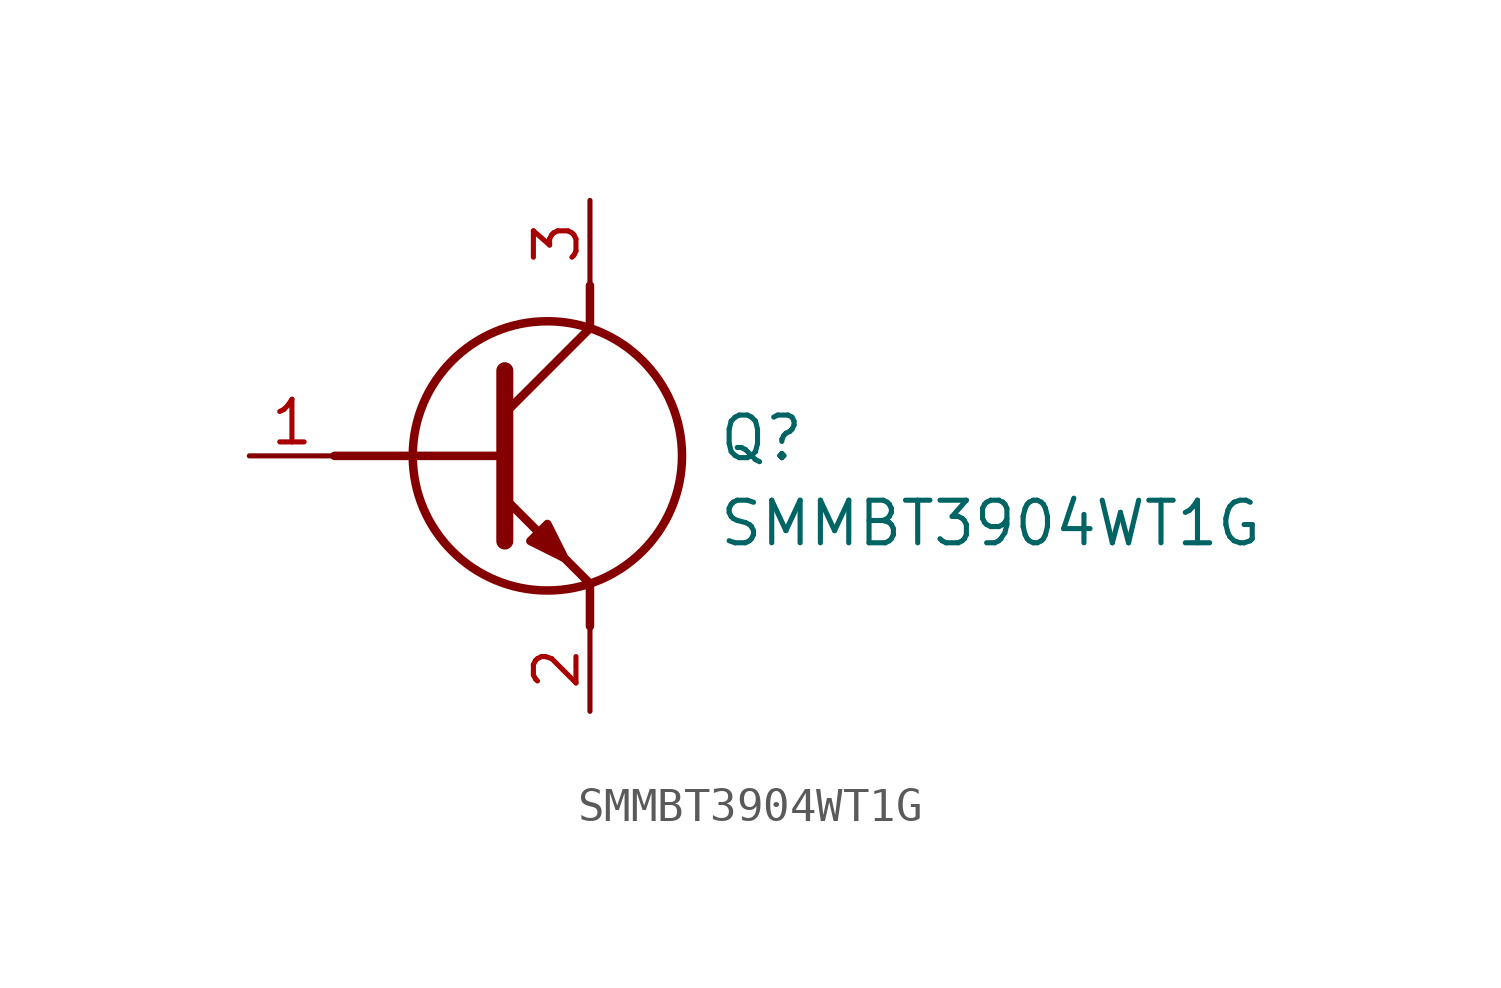
<source format=kicad_sym>
(kicad_symbol_lib
  (version 20211014)
  (generator SamacSys_ECAD_Model)
  (symbol "SMMBT3904WT1G"
    (pin_names hide)
    (property "Reference" "Q"
      (at 13.97 1.27 0)
      (effects (font (size 1.27 1.27)) (justify left top)))
    (property "Value" "SMMBT3904WT1G"
      (at 13.97 -1.27 0)
      (effects (font (size 1.27 1.27)) (justify left top)))
    (polyline
      (pts (xy 7.62 2.54) (xy 7.62 -2.54))
      (stroke (width 0.508) (type default))
      (fill (type none)))
    (polyline
      (pts (xy 7.62 1.27) (xy 10.16 3.81))
      (stroke (width 0.254) (type default))
      (fill (type none)))
    (polyline
      (pts (xy 7.62 -1.27) (xy 10.16 -3.81))
      (stroke (width 0.254) (type default))
      (fill (type none)))
    (polyline
      (pts (xy 10.16 -3.81) (xy 10.16 -5.08))
      (stroke (width 0.254) (type default))
      (fill (type none)))
    (polyline
      (pts (xy 10.16 3.81) (xy 10.16 5.08))
      (stroke (width 0.254) (type default))
      (fill (type none)))
    (polyline
      (pts (xy 2.54 0) (xy 7.62 0))
      (stroke (width 0.254) (type default))
      (fill (type none)))
    (circle
      (center 8.89 0)
      (radius 4.016)
      (stroke (width 0.254) (type default))
      (fill (type none)))
    (polyline
      (pts (xy 8.382 -2.54) (xy 8.89 -2.032) (xy 9.398 -3.048) (xy 8.382 -2.54))
      (stroke (width 0.254) (type default))
      (fill (type outline)))
    (pin passive line
      (at 0 0 0)
      (length 2.54)
      (name "B" (effects (font (size 1.27 1.27))))
      (number "1" (effects (font (size 1.27 1.27)))))
    (pin passive line
      (at 10.16 -7.62 90)
      (length 2.54)
      (name "E" (effects (font (size 1.27 1.27))))
      (number "2" (effects (font (size 1.27 1.27)))))
    (pin passive line
      (at 10.16 7.62 270)
      (length 2.54)
      (name "C" (effects (font (size 1.27 1.27))))
      (number "3" (effects (font (size 1.27 1.27)))))))
</source>
